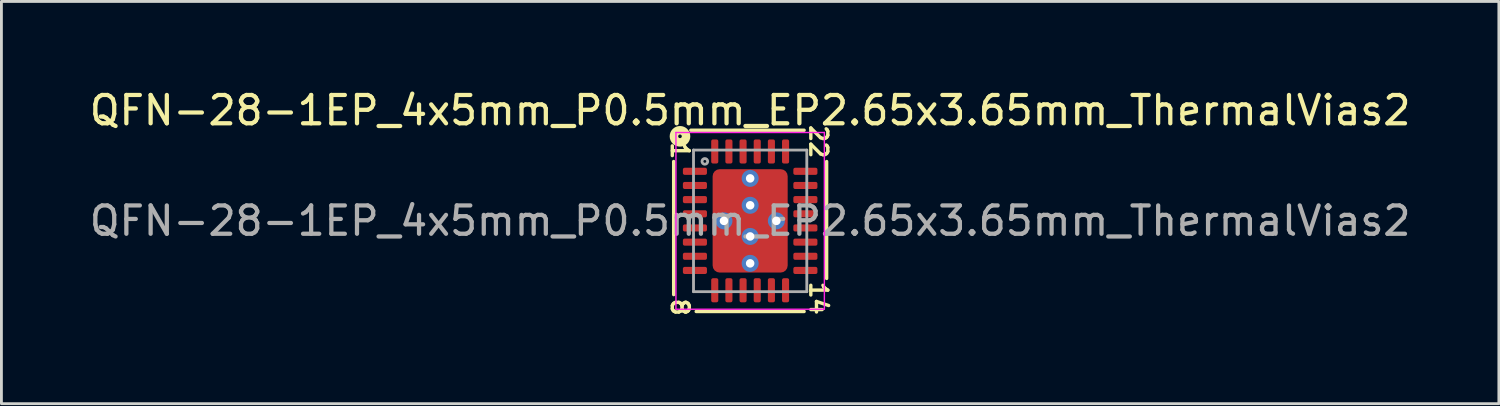
<source format=kicad_pcb>
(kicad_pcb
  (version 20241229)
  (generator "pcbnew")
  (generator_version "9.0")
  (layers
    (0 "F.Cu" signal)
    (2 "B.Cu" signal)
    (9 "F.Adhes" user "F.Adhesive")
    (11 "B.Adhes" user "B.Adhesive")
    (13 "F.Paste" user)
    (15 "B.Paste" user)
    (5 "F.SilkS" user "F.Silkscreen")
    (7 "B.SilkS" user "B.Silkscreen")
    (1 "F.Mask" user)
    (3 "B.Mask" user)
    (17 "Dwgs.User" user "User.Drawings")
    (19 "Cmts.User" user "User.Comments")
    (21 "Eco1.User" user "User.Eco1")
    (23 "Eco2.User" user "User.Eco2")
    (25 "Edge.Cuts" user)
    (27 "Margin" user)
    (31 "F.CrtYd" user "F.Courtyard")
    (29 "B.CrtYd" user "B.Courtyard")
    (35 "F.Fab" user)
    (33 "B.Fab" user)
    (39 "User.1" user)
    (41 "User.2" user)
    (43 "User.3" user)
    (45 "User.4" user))
  (footprint "QFN-28-1EP_4x5mm_P0.5mm_EP2.65x3.65mm_ThermalVias2"
    (layer "F.Cu")
    (at 23.435 4.748)
    (property "Reference" "QFN-28-1EP_4x5mm_P0.5mm_EP2.65x3.65mm_ThermalVias2" (at 0 -3.9 0) (layer "F.SilkS") (effects (font (size 1 1) (thickness 0.15))))
    (attr smd)
    (fp_line (start -2.7 -2.095) (end -2.7 2.603) (stroke (width 0.12) (type solid)) (layer "F.SilkS"))
    (fp_line (start -1.905 3.2) (end 1.905 3.2) (stroke (width 0.12) (type solid)) (layer "F.SilkS"))
    (fp_line (start 1.905 -3.2) (end -2.095 -3.2) (stroke (width 0.12) (type solid)) (layer "F.SilkS"))
    (fp_line (start 2.7 2.032) (end 2.7 -2.095) (stroke (width 0.12) (type solid)) (layer "F.SilkS"))
    (fp_circle (center -2.477 -2.985) (end -2.413 -2.985) (stroke (width 0.3) (type solid)) (fill no) (layer "F.SilkS"))
    (fp_line (start -2.62 -3.12) (end -2.62 3.12) (stroke (width 0.05) (type solid)) (layer "F.CrtYd"))
    (fp_line (start -2.62 3.12) (end 2.62 3.12) (stroke (width 0.05) (type solid)) (layer "F.CrtYd"))
    (fp_line (start 2.62 -3.12) (end -2.62 -3.12) (stroke (width 0.05) (type solid)) (layer "F.CrtYd"))
    (fp_line (start 2.62 3.12) (end 2.62 -3.12) (stroke (width 0.05) (type solid)) (layer "F.CrtYd"))
    (fp_line (start -2 -2.5) (end 2 -2.5) (stroke (width 0.1) (type solid)) (layer "F.Fab"))
    (fp_line (start -2 2.5) (end -2 -2.5) (stroke (width 0.1) (type solid)) (layer "F.Fab"))
    (fp_line (start 2 -2.5) (end 2 2.5) (stroke (width 0.1) (type solid)) (layer "F.Fab"))
    (fp_line (start 2 2.5) (end -2 2.5) (stroke (width 0.1) (type solid)) (layer "F.Fab"))
    (fp_circle (center -1.6 -2.1) (end -1.5 -2.1) (stroke (width 0.1) (type solid)) (fill no) (layer "F.Fab"))
    (fp_text user "8" (at -2.477 3.048 270) (unlocked yes) (layer "F.SilkS") (effects (font (size 0.6 0.6) (thickness 0.12))))
    (fp_text user "22" (at 2.413 -2.794 270) (unlocked yes) (layer "F.SilkS") (effects (font (size 0.6 0.6) (thickness 0.12))))
    (fp_text user "14" (at 2.413 2.731 270) (unlocked yes) (layer "F.SilkS") (effects (font (size 0.6 0.6) (thickness 0.12))))
    (fp_text user "1" (at -2.477 -2.477 270) (unlocked yes) (layer "F.SilkS") (effects (font (size 0.6 0.6) (thickness 0.12))))
    (fp_text user "${REFERENCE}" (at 0 0 0) (layer "F.Fab") (effects (font (size 1 1) (thickness 0.15))))
    (pad "" smd roundrect (at -0.762 -1.375) (size 0.775 0.5) (layers "F.Paste") (roundrect_rratio 0.25))
    (pad "" smd roundrect (at -0.762 -1.012) (size 0.925 1.425) (layers "F.Mask") (roundrect_rratio 0.25))
    (pad "" smd roundrect (at -0.762 -0.65) (size 0.775 0.5) (layers "F.Paste") (roundrect_rratio 0.25))
    (pad "" smd roundrect (at -0.762 0.65) (size 0.775 0.5) (layers "F.Paste") (roundrect_rratio 0.25))
    (pad "" smd roundrect (at -0.762 1.012) (size 0.925 1.425) (layers "F.Mask") (roundrect_rratio 0.25))
    (pad "" smd roundrect (at -0.762 1.375) (size 0.775 0.5) (layers "F.Paste") (roundrect_rratio 0.25))
    (pad "" smd roundrect (at 0.762 -1.375) (size 0.775 0.5) (layers "F.Paste") (roundrect_rratio 0.25))
    (pad "" smd roundrect (at 0.762 -1.012) (size 0.925 1.425) (layers "F.Mask") (roundrect_rratio 0.25))
    (pad "" smd roundrect (at 0.762 -0.65) (size 0.775 0.5) (layers "F.Paste") (roundrect_rratio 0.25))
    (pad "" smd roundrect (at 0.762 0.65) (size 0.775 0.5) (layers "F.Paste") (roundrect_rratio 0.25))
    (pad "" smd roundrect (at 0.762 1.012) (size 0.925 1.425) (layers "F.Mask") (roundrect_rratio 0.25))
    (pad "" smd roundrect (at 0.762 1.375) (size 0.775 0.5) (layers "F.Paste") (roundrect_rratio 0.25))
    (pad "1" smd roundrect (at -1.95 -1.75) (size 0.85 0.25) (layers "F.Cu" "F.Mask" "F.Paste") (roundrect_rratio 0.25))
    (pad "2" smd roundrect (at -1.95 -1.25) (size 0.85 0.25) (layers "F.Cu" "F.Mask" "F.Paste") (roundrect_rratio 0.25))
    (pad "3" smd roundrect (at -1.95 -0.75) (size 0.85 0.25) (layers "F.Cu" "F.Mask" "F.Paste") (roundrect_rratio 0.25))
    (pad "4" smd roundrect (at -1.95 -0.25) (size 0.85 0.25) (layers "F.Cu" "F.Mask" "F.Paste") (roundrect_rratio 0.25))
    (pad "5" smd roundrect (at -1.95 0.25) (size 0.85 0.25) (layers "F.Cu" "F.Mask" "F.Paste") (roundrect_rratio 0.25))
    (pad "6" smd roundrect (at -1.95 0.75) (size 0.85 0.25) (layers "F.Cu" "F.Mask" "F.Paste") (roundrect_rratio 0.25))
    (pad "7" smd roundrect (at -1.95 1.25) (size 0.85 0.25) (layers "F.Cu" "F.Mask" "F.Paste") (roundrect_rratio 0.25))
    (pad "8" smd roundrect (at -1.95 1.75) (size 0.85 0.25) (layers "F.Cu" "F.Mask" "F.Paste") (roundrect_rratio 0.25))
    (pad "9" smd roundrect (at -1.25 2.45) (size 0.25 0.85) (layers "F.Cu" "F.Mask" "F.Paste") (roundrect_rratio 0.25))
    (pad "10" smd roundrect (at -0.75 2.45) (size 0.25 0.85) (layers "F.Cu" "F.Mask" "F.Paste") (roundrect_rratio 0.25))
    (pad "11" smd roundrect (at -0.25 2.45) (size 0.25 0.85) (layers "F.Cu" "F.Mask" "F.Paste") (roundrect_rratio 0.25))
    (pad "12" smd roundrect (at 0.25 2.45) (size 0.25 0.85) (layers "F.Cu" "F.Mask" "F.Paste") (roundrect_rratio 0.25))
    (pad "13" smd roundrect (at 0.75 2.45) (size 0.25 0.85) (layers "F.Cu" "F.Mask" "F.Paste") (roundrect_rratio 0.25))
    (pad "14" smd roundrect (at 1.25 2.45) (size 0.25 0.85) (layers "F.Cu" "F.Mask" "F.Paste") (roundrect_rratio 0.25))
    (pad "15" smd roundrect (at 1.95 1.75) (size 0.85 0.25) (layers "F.Cu" "F.Mask" "F.Paste") (roundrect_rratio 0.25))
    (pad "16" smd roundrect (at 1.95 1.25) (size 0.85 0.25) (layers "F.Cu" "F.Mask" "F.Paste") (roundrect_rratio 0.25))
    (pad "17" smd roundrect (at 1.95 0.75) (size 0.85 0.25) (layers "F.Cu" "F.Mask" "F.Paste") (roundrect_rratio 0.25))
    (pad "18" smd roundrect (at 1.95 0.25) (size 0.85 0.25) (layers "F.Cu" "F.Mask" "F.Paste") (roundrect_rratio 0.25))
    (pad "19" smd roundrect (at 1.95 -0.25) (size 0.85 0.25) (layers "F.Cu" "F.Mask" "F.Paste") (roundrect_rratio 0.25))
    (pad "20" smd roundrect (at 1.95 -0.75) (size 0.85 0.25) (layers "F.Cu" "F.Mask" "F.Paste") (roundrect_rratio 0.25))
    (pad "21" smd roundrect (at 1.95 -1.25) (size 0.85 0.25) (layers "F.Cu" "F.Mask" "F.Paste") (roundrect_rratio 0.25))
    (pad "22" smd roundrect (at 1.95 -1.75) (size 0.85 0.25) (layers "F.Cu" "F.Mask" "F.Paste") (roundrect_rratio 0.25))
    (pad "23" smd roundrect (at 1.25 -2.45) (size 0.25 0.85) (layers "F.Cu" "F.Mask" "F.Paste") (roundrect_rratio 0.25))
    (pad "24" smd roundrect (at 0.75 -2.45) (size 0.25 0.85) (layers "F.Cu" "F.Mask" "F.Paste") (roundrect_rratio 0.25))
    (pad "25" smd roundrect (at 0.25 -2.45) (size 0.25 0.85) (layers "F.Cu" "F.Mask" "F.Paste") (roundrect_rratio 0.25))
    (pad "26" smd roundrect (at -0.25 -2.45) (size 0.25 0.85) (layers "F.Cu" "F.Mask" "F.Paste") (roundrect_rratio 0.25))
    (pad "27" smd roundrect (at -0.75 -2.45) (size 0.25 0.85) (layers "F.Cu" "F.Mask" "F.Paste") (roundrect_rratio 0.25))
    (pad "28" smd roundrect (at -1.25 -2.45) (size 0.25 0.85) (layers "F.Cu" "F.Mask" "F.Paste") (roundrect_rratio 0.25))
    (pad "29" thru_hole circle (at -0.925 0) (size 0.6 0.6) (drill 0.3) (property pad_prop_heatsink) (layers "*.Cu" "*.Mask"))
    (pad "29" thru_hole circle (at 0 -1.5) (size 0.6 0.6) (drill 0.3) (property pad_prop_heatsink) (layers "*.Cu" "*.Mask"))
    (pad "29" thru_hole circle (at 0 -0.55) (size 0.6 0.6) (drill 0.3) (property pad_prop_heatsink) (layers "*.Cu" "*.Mask"))
    (pad "29" smd roundrect (at 0 0) (size 2.65 3.65) (layers "F.Cu") (roundrect_rratio 0.094))
    (pad "29" thru_hole circle (at 0 0.55) (size 0.6 0.6) (drill 0.3) (property pad_prop_heatsink) (layers "*.Cu" "*.Mask"))
    (pad "29" thru_hole circle (at 0 1.5) (size 0.6 0.6) (drill 0.3) (property pad_prop_heatsink) (layers "*.Cu" "*.Mask"))
    (pad "29" thru_hole circle (at 0.925 0) (size 0.6 0.6) (drill 0.3) (property pad_prop_heatsink) (layers "*.Cu" "*.Mask")))
  (gr_rect
    (start -3 -3)
    (end 49.869 11.202)
    (stroke (width 0.1) (type default))
    (fill no)
    (layer "Edge.Cuts")))
</source>
